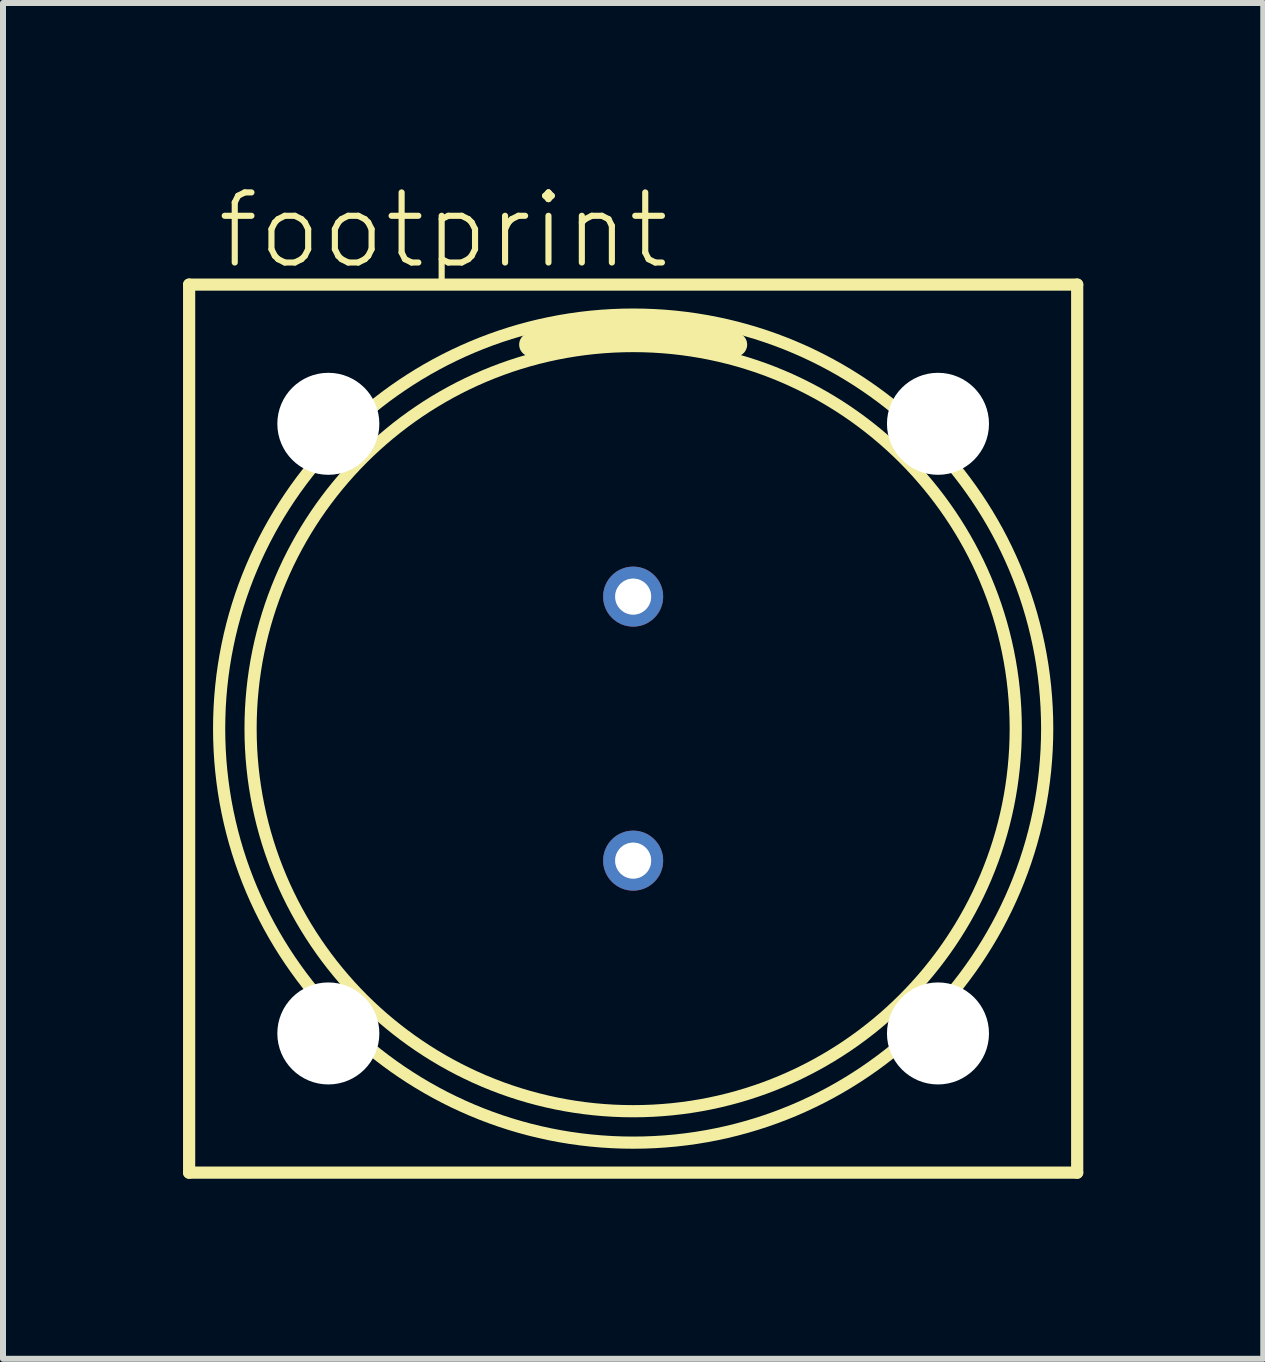
<source format=kicad_pcb>
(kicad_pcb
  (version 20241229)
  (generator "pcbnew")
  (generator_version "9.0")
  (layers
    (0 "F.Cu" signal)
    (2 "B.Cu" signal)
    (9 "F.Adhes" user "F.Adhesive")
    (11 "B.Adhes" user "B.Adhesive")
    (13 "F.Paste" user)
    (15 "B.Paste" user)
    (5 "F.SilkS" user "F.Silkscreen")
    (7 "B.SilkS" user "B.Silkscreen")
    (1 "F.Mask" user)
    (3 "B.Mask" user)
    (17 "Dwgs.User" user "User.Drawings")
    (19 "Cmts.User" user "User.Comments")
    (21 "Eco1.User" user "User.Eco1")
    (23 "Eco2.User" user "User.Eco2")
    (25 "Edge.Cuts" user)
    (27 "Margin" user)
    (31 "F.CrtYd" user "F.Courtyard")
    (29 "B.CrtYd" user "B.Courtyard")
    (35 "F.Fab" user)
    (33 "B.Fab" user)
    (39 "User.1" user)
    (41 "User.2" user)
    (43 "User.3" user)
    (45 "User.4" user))
  (footprint "footprint"
    (layer "F.Cu")
    (at 7.502 9.093)
    (property "Reference" "footprint" (at -6.985 -7.62 0) (layer "F.SilkS") (effects (font (size 1.168 1.168) (thickness 0.102)) (justify left bottom)))
    (fp_line (start -7.4 -7.4) (end 7.4 -7.4) (stroke (width 0.203) (type solid)) (layer "F.SilkS"))
    (fp_line (start -7.4 7.4) (end -7.4 -7.4) (stroke (width 0.203) (type solid)) (layer "F.SilkS"))
    (fp_line (start 7.4 -7.4) (end 7.4 7.4) (stroke (width 0.203) (type solid)) (layer "F.SilkS"))
    (fp_line (start 7.4 7.4) (end -7.4 7.4) (stroke (width 0.203) (type solid)) (layer "F.SilkS"))
    (fp_arc (start -1.7 -6.4) (mid 0 -6.650475) (end 1.700001 -6.4) (stroke (width 0.4) (type solid)) (layer "F.SilkS"))
    (fp_circle (center 0 0) (end 6.376 0) (stroke (width 0.203) (type solid)) (fill no) (layer "F.SilkS"))
    (fp_circle (center 0 0) (end 6.9 0) (stroke (width 0.203) (type solid)) (fill no) (layer "F.SilkS"))
    (fp_circle (center 0 -2.2) (end 0.198 -2.2) (stroke (width 0.203) (type solid)) (fill no) (layer "F.Fab"))
    (fp_circle (center 0 2.2) (end 0.198 2.2) (stroke (width 0.203) (type solid)) (fill no) (layer "F.Fab"))
    (pad "" np_thru_hole circle (at -5.08 -5.08) (size 1.7 1.7) (drill 1.7) (layers "*.Cu" "*.Mask"))
    (pad "" np_thru_hole circle (at -5.08 5.08) (size 1.7 1.7) (drill 1.7) (layers "*.Cu" "*.Mask"))
    (pad "" np_thru_hole circle (at 5.08 -5.08) (size 1.7 1.7) (drill 1.7) (layers "*.Cu" "*.Mask"))
    (pad "" np_thru_hole circle (at 5.08 5.08) (size 1.7 1.7) (drill 1.7) (layers "*.Cu" "*.Mask"))
    (pad "1" thru_hole circle (at 0 -2.2) (size 1 1) (drill 0.6) (layers "*.Cu" "*.Mask"))
    (pad "2" thru_hole circle (at 0 2.2) (size 1 1) (drill 0.6) (layers "*.Cu" "*.Mask")))
  (gr_rect
    (start -3 -3)
    (end 18.003 19.595)
    (stroke (width 0.1) (type default))
    (fill no)
    (layer "Edge.Cuts")))
</source>
